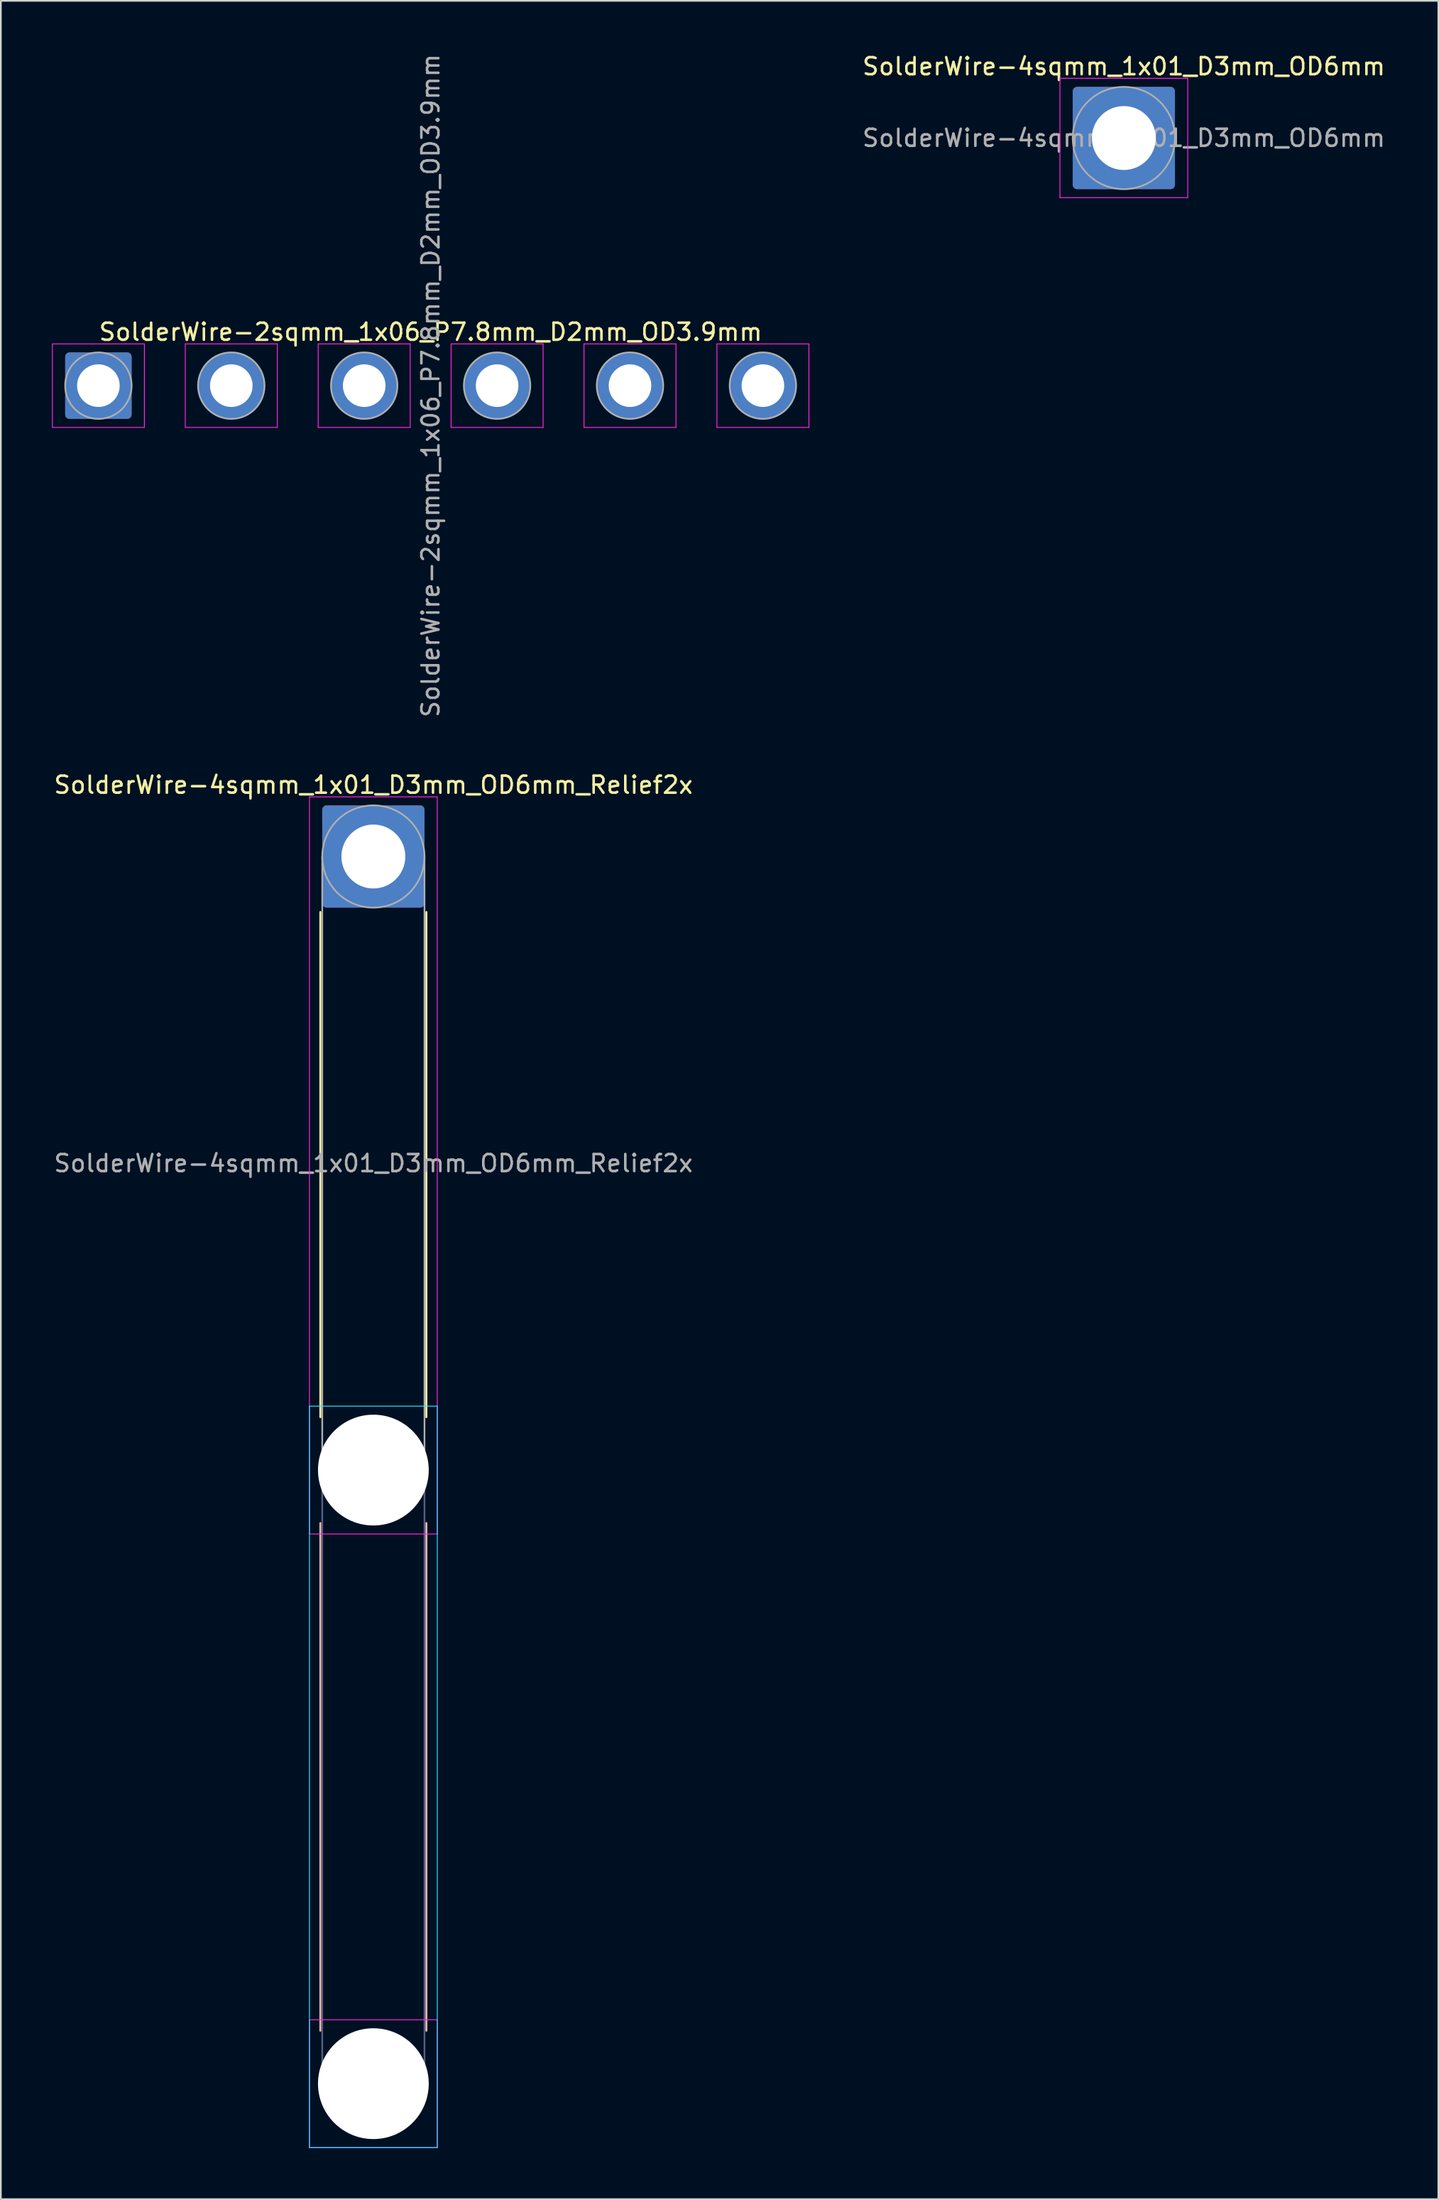
<source format=kicad_pcb>
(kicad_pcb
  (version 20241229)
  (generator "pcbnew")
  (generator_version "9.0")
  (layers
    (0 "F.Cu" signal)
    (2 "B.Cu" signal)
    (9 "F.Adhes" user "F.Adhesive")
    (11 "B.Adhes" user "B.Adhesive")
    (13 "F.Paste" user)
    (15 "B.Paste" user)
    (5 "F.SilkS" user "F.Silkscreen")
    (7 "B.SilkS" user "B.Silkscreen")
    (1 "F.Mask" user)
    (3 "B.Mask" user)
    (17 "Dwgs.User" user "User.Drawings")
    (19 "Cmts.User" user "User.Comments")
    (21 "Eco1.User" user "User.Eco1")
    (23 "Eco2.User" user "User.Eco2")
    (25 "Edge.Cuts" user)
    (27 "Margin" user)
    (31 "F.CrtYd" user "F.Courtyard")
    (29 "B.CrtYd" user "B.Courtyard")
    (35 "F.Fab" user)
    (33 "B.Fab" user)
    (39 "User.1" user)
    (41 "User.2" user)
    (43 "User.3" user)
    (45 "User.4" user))
  (footprint "SolderWire-4sqmm_1x01_D3mm_OD6mm"
    (layer "F.Cu")
    (at 62.908 5.048)
    (property "Reference" "SolderWire-4sqmm_1x01_D3mm_OD6mm" (at 0 -4.2 0) (layer "F.SilkS") (effects (font (size 1 1) (thickness 0.15))))
    (attr exclude_from_pos_files exclude_from_bom)
    (fp_line (start -3.75 -3.5) (end -3.75 3.5) (stroke (width 0.05) (type solid)) (layer "F.CrtYd"))
    (fp_line (start -3.75 3.5) (end 3.75 3.5) (stroke (width 0.05) (type solid)) (layer "F.CrtYd"))
    (fp_line (start 3.75 -3.5) (end -3.75 -3.5) (stroke (width 0.05) (type solid)) (layer "F.CrtYd"))
    (fp_line (start 3.75 3.5) (end 3.75 -3.5) (stroke (width 0.05) (type solid)) (layer "F.CrtYd"))
    (fp_circle (center 0 0) (end 3 0) (stroke (width 0.1) (type solid)) (fill no) (layer "F.Fab"))
    (fp_text user "${REFERENCE}" (at 0 0 0) (layer "F.Fab") (effects (font (size 1 1) (thickness 0.15))))
    (pad "1" thru_hole roundrect (at 0 0) (size 6 6) (drill 3.75) (layers "*.Cu" "*.Mask") (roundrect_rratio 0.042)))
  (footprint "SolderWire-4sqmm_1x01_D3mm_OD6mm_Relief2x"
    (layer "F.Cu")
    (at 18.863 47.203)
    (property "Reference" "SolderWire-4sqmm_1x01_D3mm_OD6mm_Relief2x" (at 0 -4.2 0) (layer "F.SilkS") (effects (font (size 1 1) (thickness 0.15))))
    (attr exclude_from_pos_files exclude_from_bom)
    (fp_line (start -3.11 3.26) (end -3.11 32.89) (stroke (width 0.12) (type solid)) (layer "F.SilkS"))
    (fp_line (start 3.11 3.26) (end 3.11 32.89) (stroke (width 0.12) (type solid)) (layer "F.SilkS"))
    (fp_line (start -3.11 39.11) (end -3.11 68.89) (stroke (width 0.12) (type solid)) (layer "B.SilkS"))
    (fp_line (start 3.11 39.11) (end 3.11 68.89) (stroke (width 0.12) (type solid)) (layer "B.SilkS"))
    (fp_line (start -3.75 32.25) (end -3.75 75.75) (stroke (width 0.05) (type solid)) (layer "B.CrtYd"))
    (fp_line (start -3.75 75.75) (end 3.75 75.75) (stroke (width 0.05) (type solid)) (layer "B.CrtYd"))
    (fp_line (start 3.75 32.25) (end -3.75 32.25) (stroke (width 0.05) (type solid)) (layer "B.CrtYd"))
    (fp_line (start 3.75 75.75) (end 3.75 32.25) (stroke (width 0.05) (type solid)) (layer "B.CrtYd"))
    (fp_line (start -3.75 -3.5) (end -3.75 39.75) (stroke (width 0.05) (type solid)) (layer "F.CrtYd"))
    (fp_line (start -3.75 39.75) (end 3.75 39.75) (stroke (width 0.05) (type solid)) (layer "F.CrtYd"))
    (fp_line (start -3.75 68.25) (end -3.75 75.75) (stroke (width 0.05) (type solid)) (layer "F.CrtYd"))
    (fp_line (start -3.75 75.75) (end 3.75 75.75) (stroke (width 0.05) (type solid)) (layer "F.CrtYd"))
    (fp_line (start 3.75 -3.5) (end -3.75 -3.5) (stroke (width 0.05) (type solid)) (layer "F.CrtYd"))
    (fp_line (start 3.75 39.75) (end 3.75 -3.5) (stroke (width 0.05) (type solid)) (layer "F.CrtYd"))
    (fp_line (start 3.75 68.25) (end -3.75 68.25) (stroke (width 0.05) (type solid)) (layer "F.CrtYd"))
    (fp_line (start 3.75 75.75) (end 3.75 68.25) (stroke (width 0.05) (type solid)) (layer "F.CrtYd"))
    (fp_line (start -3 36) (end -3 72) (stroke (width 0.1) (type solid)) (layer "B.Fab"))
    (fp_line (start 3 36) (end 3 72) (stroke (width 0.1) (type solid)) (layer "B.Fab"))
    (fp_circle (center 0 36) (end 3 36) (stroke (width 0.1) (type solid)) (fill no) (layer "B.Fab"))
    (fp_circle (center 0 72) (end 3 72) (stroke (width 0.1) (type solid)) (fill no) (layer "B.Fab"))
    (fp_line (start -3 0) (end -3 36) (stroke (width 0.1) (type solid)) (layer "F.Fab"))
    (fp_line (start 3 0) (end 3 36) (stroke (width 0.1) (type solid)) (layer "F.Fab"))
    (fp_circle (center 0 0) (end 3 0) (stroke (width 0.1) (type solid)) (fill no) (layer "F.Fab"))
    (fp_circle (center 0 36) (end 3 36) (stroke (width 0.1) (type solid)) (fill no) (layer "F.Fab"))
    (fp_circle (center 0 72) (end 3 72) (stroke (width 0.1) (type solid)) (fill no) (layer "F.Fab"))
    (fp_text user "${REFERENCE}" (at 0 18 0) (layer "F.Fab") (effects (font (size 1 1) (thickness 0.15))))
    (pad "" np_thru_hole circle (at 0 36) (size 6.5 6.5) (drill 6.5) (layers "*.Cu" "*.Mask"))
    (pad "" np_thru_hole circle (at 0 72) (size 6.5 6.5) (drill 6.5) (layers "*.Cu" "*.Mask"))
    (pad "1" thru_hole roundrect (at 0 0) (size 6 6) (drill 3.75) (layers "*.Cu" "*.Mask") (roundrect_rratio 0.042)))
  (footprint "SolderWire-2sqmm_1x06_P7.8mm_D2mm_OD3.9mm"
    (layer "F.Cu")
    (at 2.725 19.577)
    (property "Reference" "SolderWire-2sqmm_1x06_P7.8mm_D2mm_OD3.9mm" (at 19.5 -3.15 0) (layer "F.SilkS") (effects (font (size 1 1) (thickness 0.15))))
    (attr exclude_from_pos_files exclude_from_bom)
    (fp_line (start -2.7 -2.45) (end -2.7 2.45) (stroke (width 0.05) (type solid)) (layer "F.CrtYd"))
    (fp_line (start -2.7 2.45) (end 2.7 2.45) (stroke (width 0.05) (type solid)) (layer "F.CrtYd"))
    (fp_line (start 2.7 -2.45) (end -2.7 -2.45) (stroke (width 0.05) (type solid)) (layer "F.CrtYd"))
    (fp_line (start 2.7 2.45) (end 2.7 -2.45) (stroke (width 0.05) (type solid)) (layer "F.CrtYd"))
    (fp_line (start 5.1 -2.45) (end 5.1 2.45) (stroke (width 0.05) (type solid)) (layer "F.CrtYd"))
    (fp_line (start 5.1 2.45) (end 10.5 2.45) (stroke (width 0.05) (type solid)) (layer "F.CrtYd"))
    (fp_line (start 10.5 -2.45) (end 5.1 -2.45) (stroke (width 0.05) (type solid)) (layer "F.CrtYd"))
    (fp_line (start 10.5 2.45) (end 10.5 -2.45) (stroke (width 0.05) (type solid)) (layer "F.CrtYd"))
    (fp_line (start 12.9 -2.45) (end 12.9 2.45) (stroke (width 0.05) (type solid)) (layer "F.CrtYd"))
    (fp_line (start 12.9 2.45) (end 18.3 2.45) (stroke (width 0.05) (type solid)) (layer "F.CrtYd"))
    (fp_line (start 18.3 -2.45) (end 12.9 -2.45) (stroke (width 0.05) (type solid)) (layer "F.CrtYd"))
    (fp_line (start 18.3 2.45) (end 18.3 -2.45) (stroke (width 0.05) (type solid)) (layer "F.CrtYd"))
    (fp_line (start 20.7 -2.45) (end 20.7 2.45) (stroke (width 0.05) (type solid)) (layer "F.CrtYd"))
    (fp_line (start 20.7 2.45) (end 26.1 2.45) (stroke (width 0.05) (type solid)) (layer "F.CrtYd"))
    (fp_line (start 26.1 -2.45) (end 20.7 -2.45) (stroke (width 0.05) (type solid)) (layer "F.CrtYd"))
    (fp_line (start 26.1 2.45) (end 26.1 -2.45) (stroke (width 0.05) (type solid)) (layer "F.CrtYd"))
    (fp_line (start 28.5 -2.45) (end 28.5 2.45) (stroke (width 0.05) (type solid)) (layer "F.CrtYd"))
    (fp_line (start 28.5 2.45) (end 33.9 2.45) (stroke (width 0.05) (type solid)) (layer "F.CrtYd"))
    (fp_line (start 33.9 -2.45) (end 28.5 -2.45) (stroke (width 0.05) (type solid)) (layer "F.CrtYd"))
    (fp_line (start 33.9 2.45) (end 33.9 -2.45) (stroke (width 0.05) (type solid)) (layer "F.CrtYd"))
    (fp_line (start 36.3 -2.45) (end 36.3 2.45) (stroke (width 0.05) (type solid)) (layer "F.CrtYd"))
    (fp_line (start 36.3 2.45) (end 41.7 2.45) (stroke (width 0.05) (type solid)) (layer "F.CrtYd"))
    (fp_line (start 41.7 -2.45) (end 36.3 -2.45) (stroke (width 0.05) (type solid)) (layer "F.CrtYd"))
    (fp_line (start 41.7 2.45) (end 41.7 -2.45) (stroke (width 0.05) (type solid)) (layer "F.CrtYd"))
    (fp_circle (center 0 0) (end 1.95 0) (stroke (width 0.1) (type solid)) (fill no) (layer "F.Fab"))
    (fp_circle (center 7.8 0) (end 9.75 0) (stroke (width 0.1) (type solid)) (fill no) (layer "F.Fab"))
    (fp_circle (center 15.6 0) (end 17.55 0) (stroke (width 0.1) (type solid)) (fill no) (layer "F.Fab"))
    (fp_circle (center 23.4 0) (end 25.35 0) (stroke (width 0.1) (type solid)) (fill no) (layer "F.Fab"))
    (fp_circle (center 31.2 0) (end 33.15 0) (stroke (width 0.1) (type solid)) (fill no) (layer "F.Fab"))
    (fp_circle (center 39 0) (end 40.95 0) (stroke (width 0.1) (type solid)) (fill no) (layer "F.Fab"))
    (fp_text user "${REFERENCE}" (at 19.5 0 90) (layer "F.Fab") (effects (font (size 1 1) (thickness 0.15))))
    (pad "1" thru_hole roundrect (at 0 0) (size 3.9 3.9) (drill 2.5) (layers "*.Cu" "*.Mask") (roundrect_rratio 0.064))
    (pad "2" thru_hole circle (at 7.8 0) (size 3.9 3.9) (drill 2.5) (layers "*.Cu" "*.Mask"))
    (pad "3" thru_hole circle (at 15.6 0) (size 3.9 3.9) (drill 2.5) (layers "*.Cu" "*.Mask"))
    (pad "4" thru_hole circle (at 23.4 0) (size 3.9 3.9) (drill 2.5) (layers "*.Cu" "*.Mask"))
    (pad "5" thru_hole circle (at 31.2 0) (size 3.9 3.9) (drill 2.5) (layers "*.Cu" "*.Mask"))
    (pad "6" thru_hole circle (at 39 0) (size 3.9 3.9) (drill 2.5) (layers "*.Cu" "*.Mask")))
  (gr_rect
    (start -3 -3)
    (end 81.367 125.978)
    (stroke (width 0.1) (type default))
    (fill no)
    (layer "Edge.Cuts")))
</source>
